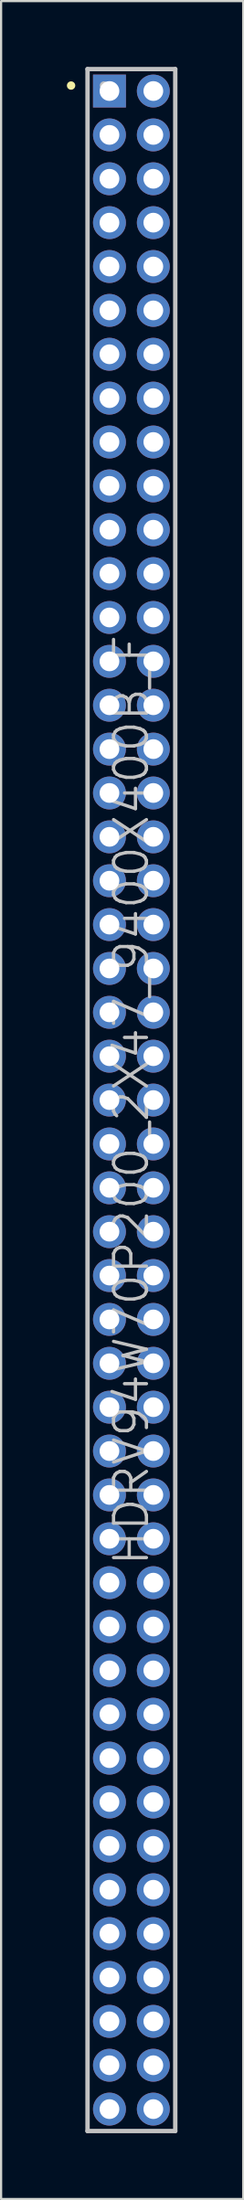
<source format=kicad_pcb>
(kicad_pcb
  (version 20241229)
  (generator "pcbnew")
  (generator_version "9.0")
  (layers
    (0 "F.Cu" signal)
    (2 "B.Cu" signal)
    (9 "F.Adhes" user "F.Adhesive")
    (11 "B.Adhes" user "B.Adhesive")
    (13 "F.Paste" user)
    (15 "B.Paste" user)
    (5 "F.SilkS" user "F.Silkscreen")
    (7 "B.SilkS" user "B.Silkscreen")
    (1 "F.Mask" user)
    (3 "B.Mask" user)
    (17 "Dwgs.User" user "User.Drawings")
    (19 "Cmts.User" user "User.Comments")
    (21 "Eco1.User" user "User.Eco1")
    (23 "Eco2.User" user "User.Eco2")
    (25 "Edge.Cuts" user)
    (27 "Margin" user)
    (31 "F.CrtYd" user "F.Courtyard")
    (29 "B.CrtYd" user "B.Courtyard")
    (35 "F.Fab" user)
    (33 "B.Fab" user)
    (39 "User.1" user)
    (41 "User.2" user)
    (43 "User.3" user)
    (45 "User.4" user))
  (footprint "HDRV94W70P200_2X47_9400X400B_F"
    (layer "F.Cu")
    (at 2.941 47.1)
    (property "Reference" "HDRV94W70P200_2X47_9400X400B_F" (at 0 0 90) (layer "Dwgs.User") (effects (font (size 1.5 1.5) (thickness 0.15))))
    (attr through_hole)
    (fp_line (start -2.75 -46.25) (end -2.75 -46.25) (stroke (width 0.381) (type solid)) (layer "F.SilkS"))
    (fp_line (start -2 -47) (end -2 47) (stroke (width 0.2) (type solid)) (layer "Dwgs.User"))
    (fp_line (start -2 -47) (end 2 -47) (stroke (width 0.2) (type solid)) (layer "Dwgs.User"))
    (fp_line (start -2 47) (end 2 47) (stroke (width 0.2) (type solid)) (layer "Dwgs.User"))
    (fp_line (start -1.25 -46.25) (end -1.25 -46.25) (stroke (width 0.381) (type solid)) (layer "Dwgs.User"))
    (fp_line (start 2 -47) (end 2 47) (stroke (width 0.2) (type solid)) (layer "Dwgs.User"))
    (pad "1" thru_hole rect (at -1 -46) (size 1.5 1.5) (drill 0.9) (layers "*.Cu" "*.Mask"))
    (pad "2" thru_hole circle (at 1 -46 270) (size 1.5 1.5) (drill 0.9) (layers "*.Cu" "*.Mask"))
    (pad "3" thru_hole circle (at -1 -44 270) (size 1.5 1.5) (drill 0.9) (layers "*.Cu" "*.Mask"))
    (pad "4" thru_hole circle (at 1 -44 270) (size 1.5 1.5) (drill 0.9) (layers "*.Cu" "*.Mask"))
    (pad "5" thru_hole circle (at -1 -42 270) (size 1.5 1.5) (drill 0.9) (layers "*.Cu" "*.Mask"))
    (pad "6" thru_hole circle (at 1 -42 270) (size 1.5 1.5) (drill 0.9) (layers "*.Cu" "*.Mask"))
    (pad "7" thru_hole circle (at -1 -40 270) (size 1.5 1.5) (drill 0.9) (layers "*.Cu" "*.Mask"))
    (pad "8" thru_hole circle (at 1 -40 270) (size 1.5 1.5) (drill 0.9) (layers "*.Cu" "*.Mask"))
    (pad "9" thru_hole circle (at -1 -38 270) (size 1.5 1.5) (drill 0.9) (layers "*.Cu" "*.Mask"))
    (pad "10" thru_hole circle (at 1 -38 270) (size 1.5 1.5) (drill 0.9) (layers "*.Cu" "*.Mask"))
    (pad "11" thru_hole circle (at -1 -36 270) (size 1.5 1.5) (drill 0.9) (layers "*.Cu" "*.Mask"))
    (pad "12" thru_hole circle (at 1 -36 270) (size 1.5 1.5) (drill 0.9) (layers "*.Cu" "*.Mask"))
    (pad "13" thru_hole circle (at -1 -34 270) (size 1.5 1.5) (drill 0.9) (layers "*.Cu" "*.Mask"))
    (pad "14" thru_hole circle (at 1 -34 270) (size 1.5 1.5) (drill 0.9) (layers "*.Cu" "*.Mask"))
    (pad "15" thru_hole circle (at -1 -32 270) (size 1.5 1.5) (drill 0.9) (layers "*.Cu" "*.Mask"))
    (pad "16" thru_hole circle (at 1 -32 270) (size 1.5 1.5) (drill 0.9) (layers "*.Cu" "*.Mask"))
    (pad "17" thru_hole circle (at -1 -30 270) (size 1.5 1.5) (drill 0.9) (layers "*.Cu" "*.Mask"))
    (pad "18" thru_hole circle (at 1 -30 270) (size 1.5 1.5) (drill 0.9) (layers "*.Cu" "*.Mask"))
    (pad "19" thru_hole circle (at -1 -28 270) (size 1.5 1.5) (drill 0.9) (layers "*.Cu" "*.Mask"))
    (pad "20" thru_hole circle (at 1 -28 270) (size 1.5 1.5) (drill 0.9) (layers "*.Cu" "*.Mask"))
    (pad "21" thru_hole circle (at -1 -26 270) (size 1.5 1.5) (drill 0.9) (layers "*.Cu" "*.Mask"))
    (pad "22" thru_hole circle (at 1 -26 270) (size 1.5 1.5) (drill 0.9) (layers "*.Cu" "*.Mask"))
    (pad "23" thru_hole circle (at -1 -24 270) (size 1.5 1.5) (drill 0.9) (layers "*.Cu" "*.Mask"))
    (pad "24" thru_hole circle (at 1 -24 270) (size 1.5 1.5) (drill 0.9) (layers "*.Cu" "*.Mask"))
    (pad "25" thru_hole circle (at -1 -22 270) (size 1.5 1.5) (drill 0.9) (layers "*.Cu" "*.Mask"))
    (pad "26" thru_hole circle (at 1 -22 270) (size 1.5 1.5) (drill 0.9) (layers "*.Cu" "*.Mask"))
    (pad "27" thru_hole circle (at -1 -20 270) (size 1.5 1.5) (drill 0.9) (layers "*.Cu" "*.Mask"))
    (pad "28" thru_hole circle (at 1 -20 270) (size 1.5 1.5) (drill 0.9) (layers "*.Cu" "*.Mask"))
    (pad "29" thru_hole circle (at -1 -18 270) (size 1.5 1.5) (drill 0.9) (layers "*.Cu" "*.Mask"))
    (pad "30" thru_hole circle (at 1 -18 270) (size 1.5 1.5) (drill 0.9) (layers "*.Cu" "*.Mask"))
    (pad "31" thru_hole circle (at -1 -16 270) (size 1.5 1.5) (drill 0.9) (layers "*.Cu" "*.Mask"))
    (pad "32" thru_hole circle (at 1 -16 270) (size 1.5 1.5) (drill 0.9) (layers "*.Cu" "*.Mask"))
    (pad "33" thru_hole circle (at -1 -14 270) (size 1.5 1.5) (drill 0.9) (layers "*.Cu" "*.Mask"))
    (pad "34" thru_hole circle (at 1 -14 270) (size 1.5 1.5) (drill 0.9) (layers "*.Cu" "*.Mask"))
    (pad "35" thru_hole circle (at -1 -12 270) (size 1.5 1.5) (drill 0.9) (layers "*.Cu" "*.Mask"))
    (pad "36" thru_hole circle (at 1 -12 270) (size 1.5 1.5) (drill 0.9) (layers "*.Cu" "*.Mask"))
    (pad "37" thru_hole circle (at -1 -10 270) (size 1.5 1.5) (drill 0.9) (layers "*.Cu" "*.Mask"))
    (pad "38" thru_hole circle (at 1 -10 270) (size 1.5 1.5) (drill 0.9) (layers "*.Cu" "*.Mask"))
    (pad "39" thru_hole circle (at -1 -8 270) (size 1.5 1.5) (drill 0.9) (layers "*.Cu" "*.Mask"))
    (pad "40" thru_hole circle (at 1 -8 270) (size 1.5 1.5) (drill 0.9) (layers "*.Cu" "*.Mask"))
    (pad "41" thru_hole circle (at -1 -6 270) (size 1.5 1.5) (drill 0.9) (layers "*.Cu" "*.Mask"))
    (pad "42" thru_hole circle (at 1 -6 270) (size 1.5 1.5) (drill 0.9) (layers "*.Cu" "*.Mask"))
    (pad "43" thru_hole circle (at -1 -4 270) (size 1.5 1.5) (drill 0.9) (layers "*.Cu" "*.Mask"))
    (pad "44" thru_hole circle (at 1 -4 270) (size 1.5 1.5) (drill 0.9) (layers "*.Cu" "*.Mask"))
    (pad "45" thru_hole circle (at -1 -2 270) (size 1.5 1.5) (drill 0.9) (layers "*.Cu" "*.Mask"))
    (pad "46" thru_hole circle (at 1 -2 270) (size 1.5 1.5) (drill 0.9) (layers "*.Cu" "*.Mask"))
    (pad "47" thru_hole circle (at -1 0 270) (size 1.5 1.5) (drill 0.9) (layers "*.Cu" "*.Mask"))
    (pad "48" thru_hole circle (at 1 0 270) (size 1.5 1.5) (drill 0.9) (layers "*.Cu" "*.Mask"))
    (pad "49" thru_hole circle (at -1 2 270) (size 1.5 1.5) (drill 0.9) (layers "*.Cu" "*.Mask"))
    (pad "50" thru_hole circle (at 1 2 270) (size 1.5 1.5) (drill 0.9) (layers "*.Cu" "*.Mask"))
    (pad "51" thru_hole circle (at -1 4 270) (size 1.5 1.5) (drill 0.9) (layers "*.Cu" "*.Mask"))
    (pad "52" thru_hole circle (at 1 4 270) (size 1.5 1.5) (drill 0.9) (layers "*.Cu" "*.Mask"))
    (pad "53" thru_hole circle (at -1 6 270) (size 1.5 1.5) (drill 0.9) (layers "*.Cu" "*.Mask"))
    (pad "54" thru_hole circle (at 1 6 270) (size 1.5 1.5) (drill 0.9) (layers "*.Cu" "*.Mask"))
    (pad "55" thru_hole circle (at -1 8 270) (size 1.5 1.5) (drill 0.9) (layers "*.Cu" "*.Mask"))
    (pad "56" thru_hole circle (at 1 8 270) (size 1.5 1.5) (drill 0.9) (layers "*.Cu" "*.Mask"))
    (pad "57" thru_hole circle (at -1 10 270) (size 1.5 1.5) (drill 0.9) (layers "*.Cu" "*.Mask"))
    (pad "58" thru_hole circle (at 1 10 270) (size 1.5 1.5) (drill 0.9) (layers "*.Cu" "*.Mask"))
    (pad "59" thru_hole circle (at -1 12 270) (size 1.5 1.5) (drill 0.9) (layers "*.Cu" "*.Mask"))
    (pad "60" thru_hole circle (at 1 12 270) (size 1.5 1.5) (drill 0.9) (layers "*.Cu" "*.Mask"))
    (pad "61" thru_hole circle (at -1 14 270) (size 1.5 1.5) (drill 0.9) (layers "*.Cu" "*.Mask"))
    (pad "62" thru_hole circle (at 1 14 270) (size 1.5 1.5) (drill 0.9) (layers "*.Cu" "*.Mask"))
    (pad "63" thru_hole circle (at -1 16 270) (size 1.5 1.5) (drill 0.9) (layers "*.Cu" "*.Mask"))
    (pad "64" thru_hole circle (at 1 16 270) (size 1.5 1.5) (drill 0.9) (layers "*.Cu" "*.Mask"))
    (pad "65" thru_hole circle (at -1 18 270) (size 1.5 1.5) (drill 0.9) (layers "*.Cu" "*.Mask"))
    (pad "66" thru_hole circle (at 1 18 270) (size 1.5 1.5) (drill 0.9) (layers "*.Cu" "*.Mask"))
    (pad "67" thru_hole circle (at -1 20 270) (size 1.5 1.5) (drill 0.9) (layers "*.Cu" "*.Mask"))
    (pad "68" thru_hole circle (at 1 20 270) (size 1.5 1.5) (drill 0.9) (layers "*.Cu" "*.Mask"))
    (pad "69" thru_hole circle (at -1 22 270) (size 1.5 1.5) (drill 0.9) (layers "*.Cu" "*.Mask"))
    (pad "70" thru_hole circle (at 1 22 270) (size 1.5 1.5) (drill 0.9) (layers "*.Cu" "*.Mask"))
    (pad "71" thru_hole circle (at -1 24 270) (size 1.5 1.5) (drill 0.9) (layers "*.Cu" "*.Mask"))
    (pad "72" thru_hole circle (at 1 24 270) (size 1.5 1.5) (drill 0.9) (layers "*.Cu" "*.Mask"))
    (pad "73" thru_hole circle (at -1 26 270) (size 1.5 1.5) (drill 0.9) (layers "*.Cu" "*.Mask"))
    (pad "74" thru_hole circle (at 1 26 270) (size 1.5 1.5) (drill 0.9) (layers "*.Cu" "*.Mask"))
    (pad "75" thru_hole circle (at -1 28 270) (size 1.5 1.5) (drill 0.9) (layers "*.Cu" "*.Mask"))
    (pad "76" thru_hole circle (at 1 28 270) (size 1.5 1.5) (drill 0.9) (layers "*.Cu" "*.Mask"))
    (pad "77" thru_hole circle (at -1 30 270) (size 1.5 1.5) (drill 0.9) (layers "*.Cu" "*.Mask"))
    (pad "78" thru_hole circle (at 1 30 270) (size 1.5 1.5) (drill 0.9) (layers "*.Cu" "*.Mask"))
    (pad "79" thru_hole circle (at -1 32 270) (size 1.5 1.5) (drill 0.9) (layers "*.Cu" "*.Mask"))
    (pad "80" thru_hole circle (at 1 32 270) (size 1.5 1.5) (drill 0.9) (layers "*.Cu" "*.Mask"))
    (pad "81" thru_hole circle (at -1 34 270) (size 1.5 1.5) (drill 0.9) (layers "*.Cu" "*.Mask"))
    (pad "82" thru_hole circle (at 1 34 270) (size 1.5 1.5) (drill 0.9) (layers "*.Cu" "*.Mask"))
    (pad "83" thru_hole circle (at -1 36 270) (size 1.5 1.5) (drill 0.9) (layers "*.Cu" "*.Mask"))
    (pad "84" thru_hole circle (at 1 36 270) (size 1.5 1.5) (drill 0.9) (layers "*.Cu" "*.Mask"))
    (pad "85" thru_hole circle (at -1 38 270) (size 1.5 1.5) (drill 0.9) (layers "*.Cu" "*.Mask"))
    (pad "86" thru_hole circle (at 1 38 270) (size 1.5 1.5) (drill 0.9) (layers "*.Cu" "*.Mask"))
    (pad "87" thru_hole circle (at -1 40 270) (size 1.5 1.5) (drill 0.9) (layers "*.Cu" "*.Mask"))
    (pad "88" thru_hole circle (at 1 40 270) (size 1.5 1.5) (drill 0.9) (layers "*.Cu" "*.Mask"))
    (pad "89" thru_hole circle (at -1 42 270) (size 1.5 1.5) (drill 0.9) (layers "*.Cu" "*.Mask"))
    (pad "90" thru_hole circle (at 1 42 270) (size 1.5 1.5) (drill 0.9) (layers "*.Cu" "*.Mask"))
    (pad "91" thru_hole circle (at -1 44 270) (size 1.5 1.5) (drill 0.9) (layers "*.Cu" "*.Mask"))
    (pad "92" thru_hole circle (at 1 44 270) (size 1.5 1.5) (drill 0.9) (layers "*.Cu" "*.Mask"))
    (pad "93" thru_hole circle (at -1 46 270) (size 1.5 1.5) (drill 0.9) (layers "*.Cu" "*.Mask"))
    (pad "94" thru_hole circle (at 1 46 270) (size 1.5 1.5) (drill 0.9) (layers "*.Cu" "*.Mask")))
  (gr_rect
    (start -3 -3)
    (end 8.04 97.2)
    (stroke (width 0.1) (type default))
    (fill no)
    (layer "Edge.Cuts")))
</source>
